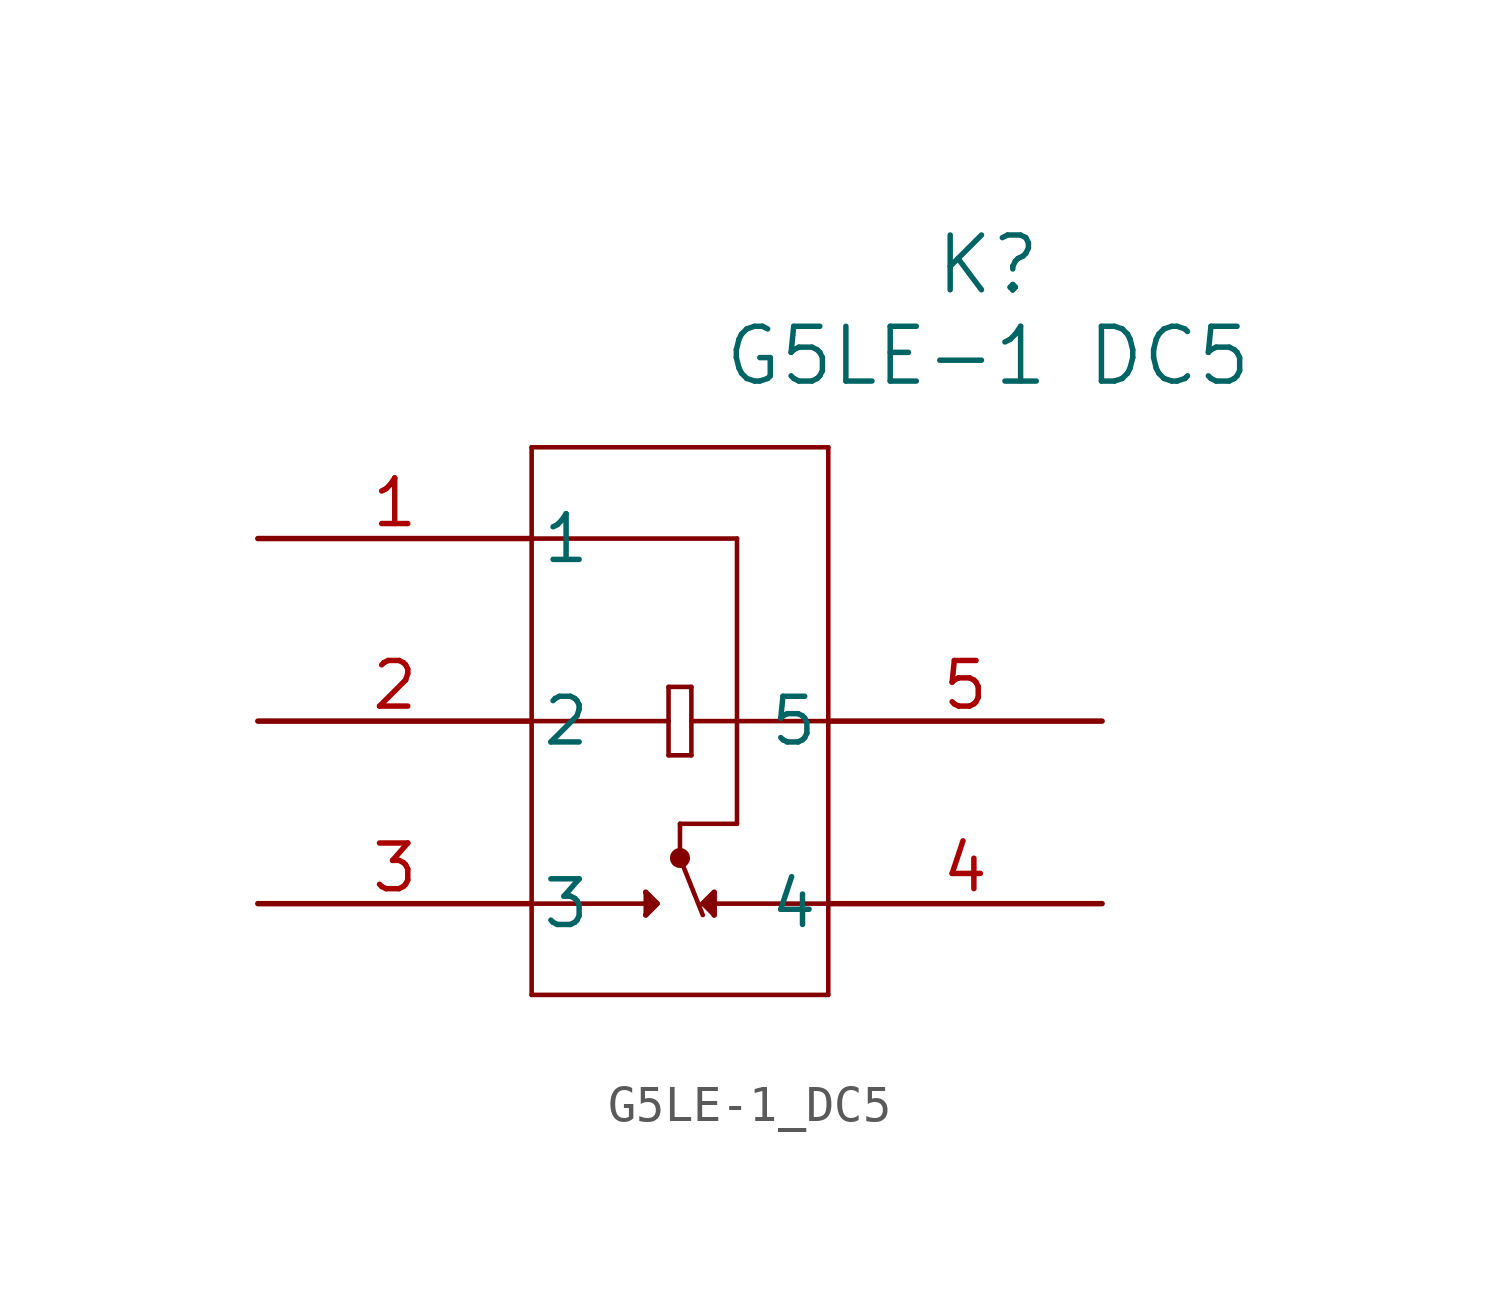
<source format=kicad_sym>
(kicad_symbol_lib
  (version 20211014)
  (generator kicad_symbol_editor)
  (symbol "G5LE-1_DC5"
    (pin_names
      (offset 0.254))
    (property "Reference" "K"
      (at 20.32 7.62 0)
      (effects (font (size 1.524 1.524))))
    (property "Value" "G5LE-1 DC5"
      (at 20.32 5.08 0)
      (effects (font (size 1.524 1.524))))
    (symbol "G5LE-1_DC5_0_1"
      (polyline (pts (xy 11.43 -6.032) (xy 12.065 -6.032)) (stroke (width 0.127) (type default) (color 0 0 0 0)) (fill (type none)))
      (polyline (pts (xy 7.62 2.54) (xy 7.62 -12.7)) (stroke (width 0.127) (type default) (color 0 0 0 0)) (fill (type none)))
      (polyline (pts (xy 7.62 -12.7) (xy 15.875 -12.7)) (stroke (width 0.127) (type default) (color 0 0 0 0)) (fill (type none)))
      (polyline (pts (xy 7.62 0) (xy 13.335 0)) (stroke (width 0.127) (type default) (color 0 0 0 0)) (fill (type none)))
      (polyline (pts (xy 15.875 2.54) (xy 7.62 2.54)) (stroke (width 0.127) (type default) (color 0 0 0 0)) (fill (type none)))
      (polyline (pts (xy 13.335 0) (xy 13.335 -7.938)) (stroke (width 0.127) (type default) (color 0 0 0 0)) (fill (type none)))
      (polyline (pts (xy 11.113 -10.16) (xy 10.795 -9.842)) (stroke (width 0.127) (type default) (color 0 0 0 0)) (fill (type none)))
      (polyline (pts (xy 10.795 -9.842) (xy 10.795 -10.477)) (stroke (width 0.127) (type default) (color 0 0 0 0)) (fill (type none)))
      (polyline (pts (xy 10.795 -10.477) (xy 11.113 -10.16)) (stroke (width 0.127) (type default) (color 0 0 0 0)) (fill (type none)))
      (polyline (pts (xy 7.62 -5.08) (xy 11.43 -5.08)) (stroke (width 0.127) (type default) (color 0 0 0 0)) (fill (type none)))
      (polyline (pts (xy 11.43 -4.128) (xy 11.43 -6.032)) (stroke (width 0.127) (type default) (color 0 0 0 0)) (fill (type none)))
      (polyline (pts (xy 11.43 -4.128) (xy 12.065 -4.128)) (stroke (width 0.127) (type default) (color 0 0 0 0)) (fill (type none)))
      (polyline (pts (xy 12.065 -4.128) (xy 12.065 -6.032)) (stroke (width 0.127) (type default) (color 0 0 0 0)) (fill (type none)))
      (polyline (pts (xy 12.383 -10.16) (xy 12.7 -9.842)) (stroke (width 0.127) (type default) (color 0 0 0 0)) (fill (type none)))
      (polyline (pts (xy 12.065 -5.08) (xy 15.875 -5.08)) (stroke (width 0.127) (type default) (color 0 0 0 0)) (fill (type none)))
      (polyline (pts (xy 15.875 2.54) (xy 15.875 -12.7)) (stroke (width 0.127) (type default) (color 0 0 0 0)) (fill (type none)))
      (polyline (pts (xy 12.7 -9.842) (xy 12.7 -10.477)) (stroke (width 0.127) (type default) (color 0 0 0 0)) (fill (type none)))
      (polyline (pts (xy 12.383 -10.16) (xy 12.7 -10.477)) (stroke (width 0.127) (type default) (color 0 0 0 0)) (fill (type none)))
      (polyline (pts (xy 10.795 -9.842) (xy 11.113 -10.16) (xy 10.795 -10.477)) (stroke (width 0) (type default) (color 0 0 0 0)) (fill (type outline)))
      (polyline (pts (xy 12.383 -10.16) (xy 12.7 -9.842) (xy 12.7 -10.477)) (stroke (width 0) (type default) (color 0 0 0 0)) (fill (type outline)))
      (polyline (pts (xy 7.62 -10.16) (xy 10.795 -10.16)) (stroke (width 0.127) (type default) (color 0 0 0 0)) (fill (type none)))
      (polyline (pts (xy 12.7 -10.16) (xy 15.875 -10.16)) (stroke (width 0.127) (type default) (color 0 0 0 0)) (fill (type none)))
      (polyline (pts (xy 12.383 -10.477) (xy 11.748 -8.89)) (stroke (width 0.127) (type default) (color 0 0 0 0)) (fill (type none)))
      (polyline (pts (xy 11.748 -8.89) (xy 11.748 -7.938)) (stroke (width 0.127) (type default) (color 0 0 0 0)) (fill (type none)))
      (polyline (pts (xy 11.748 -7.938) (xy 13.335 -7.938)) (stroke (width 0.127) (type default) (color 0 0 0 0)) (fill (type none)))
      (circle (center 11.748 -8.89) (radius 0.152) (stroke (width 0.254) (type default) (color 0 0 0 0)) (fill (type none)))
      (pin unspecified line (at 0 0 0) (length 7.62) (name "1" (effects (font (size 1.27 1.27)))) (number "1" (effects (font (size 1.27 1.27)))))
      (pin unspecified line (at 0 -5.08 0) (length 7.62) (name "2" (effects (font (size 1.27 1.27)))) (number "2" (effects (font (size 1.27 1.27)))))
      (pin unspecified line (at 0 -10.16 0) (length 7.62) (name "3" (effects (font (size 1.27 1.27)))) (number "3" (effects (font (size 1.27 1.27)))))
      (pin unspecified line (at 23.495 -10.16 180) (length 7.62) (name "4" (effects (font (size 1.27 1.27)))) (number "4" (effects (font (size 1.27 1.27)))))
      (pin unspecified line (at 23.495 -5.08 180) (length 7.62) (name "5" (effects (font (size 1.27 1.27)))) (number "5" (effects (font (size 1.27 1.27))))))))
</source>
